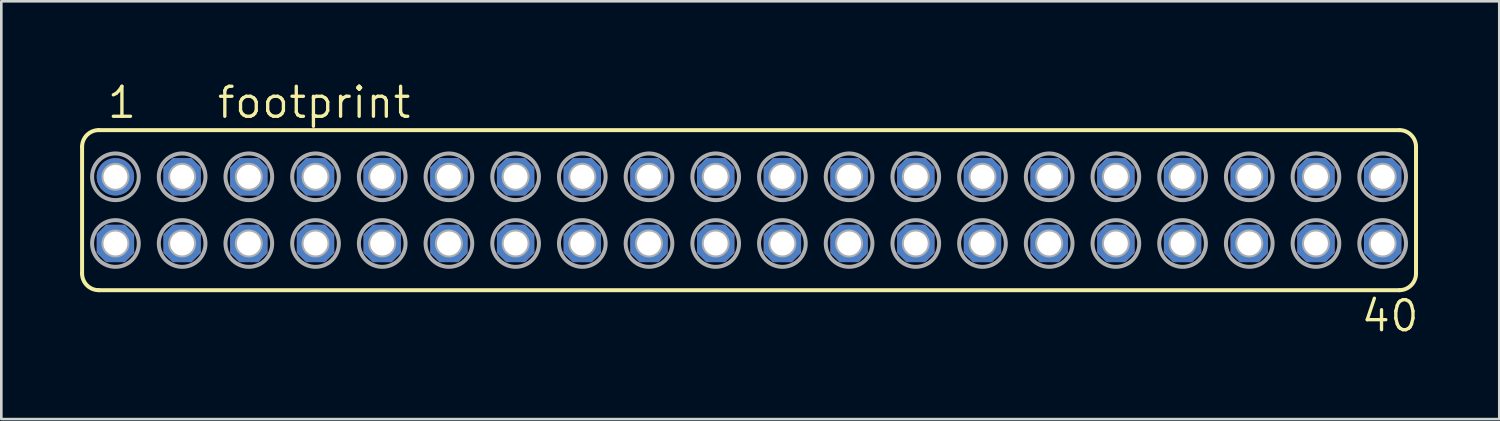
<source format=kicad_pcb>
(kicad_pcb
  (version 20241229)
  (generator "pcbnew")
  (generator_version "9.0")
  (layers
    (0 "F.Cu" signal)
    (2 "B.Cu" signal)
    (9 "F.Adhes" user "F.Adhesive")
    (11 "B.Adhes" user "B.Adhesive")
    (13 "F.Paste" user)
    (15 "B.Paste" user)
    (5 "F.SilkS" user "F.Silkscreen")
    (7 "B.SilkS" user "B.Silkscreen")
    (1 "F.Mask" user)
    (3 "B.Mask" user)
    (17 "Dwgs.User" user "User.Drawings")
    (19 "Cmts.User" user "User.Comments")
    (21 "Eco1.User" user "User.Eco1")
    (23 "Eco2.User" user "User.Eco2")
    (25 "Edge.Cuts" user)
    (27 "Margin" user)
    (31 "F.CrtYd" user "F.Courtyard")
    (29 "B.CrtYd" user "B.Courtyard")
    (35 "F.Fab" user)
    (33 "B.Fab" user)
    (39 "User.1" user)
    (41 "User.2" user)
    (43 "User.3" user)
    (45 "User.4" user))
  (footprint "footprint"
    (layer "F.Cu")
    (at 25.476 4.953)
    (property "Reference" "footprint" (at -20.32 -3.429 0) (layer "F.SilkS") (effects (font (size 1.143 1.143) (thickness 0.127)) (justify left bottom)))
    (fp_line (start -25.4 2.413) (end -25.4 -2.413) (stroke (width 0.152) (type solid)) (layer "F.SilkS"))
    (fp_line (start -24.765 -3.048) (end 24.765 -3.048) (stroke (width 0.152) (type solid)) (layer "F.SilkS"))
    (fp_line (start -24.765 3.048) (end 24.765 3.048) (stroke (width 0.152) (type solid)) (layer "F.SilkS"))
    (fp_line (start 25.4 2.413) (end 25.4 -2.413) (stroke (width 0.152) (type solid)) (layer "F.SilkS"))
    (fp_arc (start -25.4 -2.413) (mid -25.214013 -2.862013) (end -24.765 -3.048) (stroke (width 0.1524) (type solid)) (layer "F.SilkS"))
    (fp_arc (start -24.765 3.048) (mid -25.214013 2.862013) (end -25.4 2.413) (stroke (width 0.1524) (type solid)) (layer "F.SilkS"))
    (fp_arc (start 24.765 -3.048) (mid 25.214013 -2.862013) (end 25.4 -2.413) (stroke (width 0.1524) (type solid)) (layer "F.SilkS"))
    (fp_arc (start 25.4 2.413) (mid 25.214013 2.862013) (end 24.765 3.048) (stroke (width 0.1524) (type solid)) (layer "F.SilkS"))
    (fp_circle (center -24.13 -1.27) (end -24.003 -1.27) (stroke (width 0.406) (type solid)) (fill no) (layer "F.Fab"))
    (fp_circle (center -24.13 -1.27) (end -23.241 -1.27) (stroke (width 0.152) (type solid)) (fill no) (layer "F.Fab"))
    (fp_circle (center -24.13 1.27) (end -24.003 1.27) (stroke (width 0.406) (type solid)) (fill no) (layer "F.Fab"))
    (fp_circle (center -24.13 1.27) (end -23.241 1.27) (stroke (width 0.152) (type solid)) (fill no) (layer "F.Fab"))
    (fp_circle (center -21.59 -1.27) (end -21.463 -1.27) (stroke (width 0.406) (type solid)) (fill no) (layer "F.Fab"))
    (fp_circle (center -21.59 -1.27) (end -20.701 -1.27) (stroke (width 0.152) (type solid)) (fill no) (layer "F.Fab"))
    (fp_circle (center -21.59 1.27) (end -21.463 1.27) (stroke (width 0.406) (type solid)) (fill no) (layer "F.Fab"))
    (fp_circle (center -21.59 1.27) (end -20.701 1.27) (stroke (width 0.152) (type solid)) (fill no) (layer "F.Fab"))
    (fp_circle (center -19.05 -1.27) (end -18.923 -1.27) (stroke (width 0.406) (type solid)) (fill no) (layer "F.Fab"))
    (fp_circle (center -19.05 -1.27) (end -18.161 -1.27) (stroke (width 0.152) (type solid)) (fill no) (layer "F.Fab"))
    (fp_circle (center -19.05 1.27) (end -18.923 1.27) (stroke (width 0.406) (type solid)) (fill no) (layer "F.Fab"))
    (fp_circle (center -19.05 1.27) (end -18.161 1.27) (stroke (width 0.152) (type solid)) (fill no) (layer "F.Fab"))
    (fp_circle (center -16.51 -1.27) (end -16.383 -1.27) (stroke (width 0.406) (type solid)) (fill no) (layer "F.Fab"))
    (fp_circle (center -16.51 -1.27) (end -15.621 -1.27) (stroke (width 0.152) (type solid)) (fill no) (layer "F.Fab"))
    (fp_circle (center -16.51 1.27) (end -16.383 1.27) (stroke (width 0.406) (type solid)) (fill no) (layer "F.Fab"))
    (fp_circle (center -16.51 1.27) (end -15.621 1.27) (stroke (width 0.152) (type solid)) (fill no) (layer "F.Fab"))
    (fp_circle (center -13.97 -1.27) (end -13.843 -1.27) (stroke (width 0.406) (type solid)) (fill no) (layer "F.Fab"))
    (fp_circle (center -13.97 -1.27) (end -13.081 -1.27) (stroke (width 0.152) (type solid)) (fill no) (layer "F.Fab"))
    (fp_circle (center -13.97 1.27) (end -13.843 1.27) (stroke (width 0.406) (type solid)) (fill no) (layer "F.Fab"))
    (fp_circle (center -13.97 1.27) (end -13.081 1.27) (stroke (width 0.152) (type solid)) (fill no) (layer "F.Fab"))
    (fp_circle (center -11.43 -1.27) (end -11.303 -1.27) (stroke (width 0.406) (type solid)) (fill no) (layer "F.Fab"))
    (fp_circle (center -11.43 -1.27) (end -10.541 -1.27) (stroke (width 0.152) (type solid)) (fill no) (layer "F.Fab"))
    (fp_circle (center -11.43 1.27) (end -11.303 1.27) (stroke (width 0.406) (type solid)) (fill no) (layer "F.Fab"))
    (fp_circle (center -11.43 1.27) (end -10.541 1.27) (stroke (width 0.152) (type solid)) (fill no) (layer "F.Fab"))
    (fp_circle (center -8.89 -1.27) (end -8.763 -1.27) (stroke (width 0.406) (type solid)) (fill no) (layer "F.Fab"))
    (fp_circle (center -8.89 -1.27) (end -8.001 -1.27) (stroke (width 0.152) (type solid)) (fill no) (layer "F.Fab"))
    (fp_circle (center -8.89 1.27) (end -8.763 1.27) (stroke (width 0.406) (type solid)) (fill no) (layer "F.Fab"))
    (fp_circle (center -8.89 1.27) (end -8.001 1.27) (stroke (width 0.152) (type solid)) (fill no) (layer "F.Fab"))
    (fp_circle (center -6.35 -1.27) (end -6.223 -1.27) (stroke (width 0.406) (type solid)) (fill no) (layer "F.Fab"))
    (fp_circle (center -6.35 -1.27) (end -5.461 -1.27) (stroke (width 0.152) (type solid)) (fill no) (layer "F.Fab"))
    (fp_circle (center -6.35 1.27) (end -6.223 1.27) (stroke (width 0.406) (type solid)) (fill no) (layer "F.Fab"))
    (fp_circle (center -6.35 1.27) (end -5.461 1.27) (stroke (width 0.152) (type solid)) (fill no) (layer "F.Fab"))
    (fp_circle (center -3.81 -1.27) (end -3.683 -1.27) (stroke (width 0.406) (type solid)) (fill no) (layer "F.Fab"))
    (fp_circle (center -3.81 -1.27) (end -2.921 -1.27) (stroke (width 0.152) (type solid)) (fill no) (layer "F.Fab"))
    (fp_circle (center -3.81 1.27) (end -3.683 1.27) (stroke (width 0.406) (type solid)) (fill no) (layer "F.Fab"))
    (fp_circle (center -3.81 1.27) (end -2.921 1.27) (stroke (width 0.152) (type solid)) (fill no) (layer "F.Fab"))
    (fp_circle (center -1.27 -1.27) (end -1.143 -1.27) (stroke (width 0.406) (type solid)) (fill no) (layer "F.Fab"))
    (fp_circle (center -1.27 -1.27) (end -0.381 -1.27) (stroke (width 0.152) (type solid)) (fill no) (layer "F.Fab"))
    (fp_circle (center -1.27 1.27) (end -1.143 1.27) (stroke (width 0.406) (type solid)) (fill no) (layer "F.Fab"))
    (fp_circle (center -1.27 1.27) (end -0.381 1.27) (stroke (width 0.152) (type solid)) (fill no) (layer "F.Fab"))
    (fp_circle (center 1.27 -1.27) (end 1.397 -1.27) (stroke (width 0.406) (type solid)) (fill no) (layer "F.Fab"))
    (fp_circle (center 1.27 -1.27) (end 2.159 -1.27) (stroke (width 0.152) (type solid)) (fill no) (layer "F.Fab"))
    (fp_circle (center 1.27 1.27) (end 1.397 1.27) (stroke (width 0.406) (type solid)) (fill no) (layer "F.Fab"))
    (fp_circle (center 1.27 1.27) (end 2.159 1.27) (stroke (width 0.152) (type solid)) (fill no) (layer "F.Fab"))
    (fp_circle (center 3.81 -1.27) (end 3.937 -1.27) (stroke (width 0.406) (type solid)) (fill no) (layer "F.Fab"))
    (fp_circle (center 3.81 -1.27) (end 4.699 -1.27) (stroke (width 0.152) (type solid)) (fill no) (layer "F.Fab"))
    (fp_circle (center 3.81 1.27) (end 3.937 1.27) (stroke (width 0.406) (type solid)) (fill no) (layer "F.Fab"))
    (fp_circle (center 3.81 1.27) (end 4.699 1.27) (stroke (width 0.152) (type solid)) (fill no) (layer "F.Fab"))
    (fp_circle (center 6.35 -1.27) (end 6.477 -1.27) (stroke (width 0.406) (type solid)) (fill no) (layer "F.Fab"))
    (fp_circle (center 6.35 -1.27) (end 7.239 -1.27) (stroke (width 0.152) (type solid)) (fill no) (layer "F.Fab"))
    (fp_circle (center 6.35 1.27) (end 6.477 1.27) (stroke (width 0.406) (type solid)) (fill no) (layer "F.Fab"))
    (fp_circle (center 6.35 1.27) (end 7.239 1.27) (stroke (width 0.152) (type solid)) (fill no) (layer "F.Fab"))
    (fp_circle (center 8.89 -1.27) (end 9.017 -1.27) (stroke (width 0.406) (type solid)) (fill no) (layer "F.Fab"))
    (fp_circle (center 8.89 -1.27) (end 9.779 -1.27) (stroke (width 0.152) (type solid)) (fill no) (layer "F.Fab"))
    (fp_circle (center 8.89 1.27) (end 9.017 1.27) (stroke (width 0.406) (type solid)) (fill no) (layer "F.Fab"))
    (fp_circle (center 8.89 1.27) (end 9.779 1.27) (stroke (width 0.152) (type solid)) (fill no) (layer "F.Fab"))
    (fp_circle (center 11.43 -1.27) (end 11.557 -1.27) (stroke (width 0.406) (type solid)) (fill no) (layer "F.Fab"))
    (fp_circle (center 11.43 -1.27) (end 12.319 -1.27) (stroke (width 0.152) (type solid)) (fill no) (layer "F.Fab"))
    (fp_circle (center 11.43 1.27) (end 11.557 1.27) (stroke (width 0.406) (type solid)) (fill no) (layer "F.Fab"))
    (fp_circle (center 11.43 1.27) (end 12.319 1.27) (stroke (width 0.152) (type solid)) (fill no) (layer "F.Fab"))
    (fp_circle (center 13.97 -1.27) (end 14.097 -1.27) (stroke (width 0.406) (type solid)) (fill no) (layer "F.Fab"))
    (fp_circle (center 13.97 -1.27) (end 14.859 -1.27) (stroke (width 0.152) (type solid)) (fill no) (layer "F.Fab"))
    (fp_circle (center 13.97 1.27) (end 14.097 1.27) (stroke (width 0.406) (type solid)) (fill no) (layer "F.Fab"))
    (fp_circle (center 13.97 1.27) (end 14.859 1.27) (stroke (width 0.152) (type solid)) (fill no) (layer "F.Fab"))
    (fp_circle (center 16.51 -1.27) (end 16.637 -1.27) (stroke (width 0.406) (type solid)) (fill no) (layer "F.Fab"))
    (fp_circle (center 16.51 -1.27) (end 17.399 -1.27) (stroke (width 0.152) (type solid)) (fill no) (layer "F.Fab"))
    (fp_circle (center 16.51 1.27) (end 16.637 1.27) (stroke (width 0.406) (type solid)) (fill no) (layer "F.Fab"))
    (fp_circle (center 16.51 1.27) (end 17.399 1.27) (stroke (width 0.152) (type solid)) (fill no) (layer "F.Fab"))
    (fp_circle (center 19.05 -1.27) (end 19.177 -1.27) (stroke (width 0.406) (type solid)) (fill no) (layer "F.Fab"))
    (fp_circle (center 19.05 -1.27) (end 19.939 -1.27) (stroke (width 0.152) (type solid)) (fill no) (layer "F.Fab"))
    (fp_circle (center 19.05 1.27) (end 19.177 1.27) (stroke (width 0.406) (type solid)) (fill no) (layer "F.Fab"))
    (fp_circle (center 19.05 1.27) (end 19.939 1.27) (stroke (width 0.152) (type solid)) (fill no) (layer "F.Fab"))
    (fp_circle (center 21.59 -1.27) (end 21.717 -1.27) (stroke (width 0.406) (type solid)) (fill no) (layer "F.Fab"))
    (fp_circle (center 21.59 -1.27) (end 22.479 -1.27) (stroke (width 0.152) (type solid)) (fill no) (layer "F.Fab"))
    (fp_circle (center 21.59 1.27) (end 21.717 1.27) (stroke (width 0.406) (type solid)) (fill no) (layer "F.Fab"))
    (fp_circle (center 21.59 1.27) (end 22.479 1.27) (stroke (width 0.152) (type solid)) (fill no) (layer "F.Fab"))
    (fp_circle (center 24.13 -1.27) (end 24.257 -1.27) (stroke (width 0.406) (type solid)) (fill no) (layer "F.Fab"))
    (fp_circle (center 24.13 -1.27) (end 25.019 -1.27) (stroke (width 0.152) (type solid)) (fill no) (layer "F.Fab"))
    (fp_circle (center 24.13 1.27) (end 24.257 1.27) (stroke (width 0.406) (type solid)) (fill no) (layer "F.Fab"))
    (fp_circle (center 24.13 1.27) (end 25.019 1.27) (stroke (width 0.152) (type solid)) (fill no) (layer "F.Fab"))
    (fp_text user "1" (at -24.511 -3.429 0) (layer "F.SilkS") (effects (font (size 1.143 1.143) (thickness 0.127)) (justify left bottom)))
    (fp_text user "40" (at 23.241 4.699 0) (layer "F.SilkS") (effects (font (size 1.143 1.143) (thickness 0.127)) (justify left bottom)))
    (pad "1" thru_hole circle (at -24.13 -1.27) (size 1.422 1.422) (drill 0.914) (layers "*.Cu" "*.Mask"))
    (pad "2" thru_hole roundrect (at -24.13 1.27) (size 1.422 1.422) (drill 0.914) (layers "*.Cu" "*.Mask") (roundrect_rratio 0.25) (chamfer_ratio 0.25) (chamfer top_left top_right bottom_left bottom_right))
    (pad "3" thru_hole roundrect (at -21.59 -1.27) (size 1.422 1.422) (drill 0.914) (layers "*.Cu" "*.Mask") (roundrect_rratio 0.25) (chamfer_ratio 0.25) (chamfer top_left top_right bottom_left bottom_right))
    (pad "4" thru_hole roundrect (at -21.59 1.27) (size 1.422 1.422) (drill 0.914) (layers "*.Cu" "*.Mask") (roundrect_rratio 0.25) (chamfer_ratio 0.25) (chamfer top_left top_right bottom_left bottom_right))
    (pad "5" thru_hole roundrect (at -19.05 -1.27) (size 1.422 1.422) (drill 0.914) (layers "*.Cu" "*.Mask") (roundrect_rratio 0.25) (chamfer_ratio 0.25) (chamfer top_left top_right bottom_left bottom_right))
    (pad "6" thru_hole roundrect (at -19.05 1.27) (size 1.422 1.422) (drill 0.914) (layers "*.Cu" "*.Mask") (roundrect_rratio 0.25) (chamfer_ratio 0.25) (chamfer top_left top_right bottom_left bottom_right))
    (pad "7" thru_hole roundrect (at -16.51 -1.27) (size 1.422 1.422) (drill 0.914) (layers "*.Cu" "*.Mask") (roundrect_rratio 0.25) (chamfer_ratio 0.25) (chamfer top_left top_right bottom_left bottom_right))
    (pad "8" thru_hole roundrect (at -16.51 1.27) (size 1.422 1.422) (drill 0.914) (layers "*.Cu" "*.Mask") (roundrect_rratio 0.25) (chamfer_ratio 0.25) (chamfer top_left top_right bottom_left bottom_right))
    (pad "9" thru_hole roundrect (at -13.97 -1.27) (size 1.422 1.422) (drill 0.914) (layers "*.Cu" "*.Mask") (roundrect_rratio 0.25) (chamfer_ratio 0.25) (chamfer top_left top_right bottom_left bottom_right))
    (pad "10" thru_hole roundrect (at -13.97 1.27) (size 1.422 1.422) (drill 0.914) (layers "*.Cu" "*.Mask") (roundrect_rratio 0.25) (chamfer_ratio 0.25) (chamfer top_left top_right bottom_left bottom_right))
    (pad "11" thru_hole roundrect (at -11.43 -1.27) (size 1.422 1.422) (drill 0.914) (layers "*.Cu" "*.Mask") (roundrect_rratio 0.25) (chamfer_ratio 0.25) (chamfer top_left top_right bottom_left bottom_right))
    (pad "12" thru_hole roundrect (at -11.43 1.27) (size 1.422 1.422) (drill 0.914) (layers "*.Cu" "*.Mask") (roundrect_rratio 0.25) (chamfer_ratio 0.25) (chamfer top_left top_right bottom_left bottom_right))
    (pad "13" thru_hole roundrect (at -8.89 -1.27) (size 1.422 1.422) (drill 0.914) (layers "*.Cu" "*.Mask") (roundrect_rratio 0.25) (chamfer_ratio 0.25) (chamfer top_left top_right bottom_left bottom_right))
    (pad "14" thru_hole roundrect (at -8.89 1.27) (size 1.422 1.422) (drill 0.914) (layers "*.Cu" "*.Mask") (roundrect_rratio 0.25) (chamfer_ratio 0.25) (chamfer top_left top_right bottom_left bottom_right))
    (pad "15" thru_hole roundrect (at -6.35 -1.27) (size 1.422 1.422) (drill 0.914) (layers "*.Cu" "*.Mask") (roundrect_rratio 0.25) (chamfer_ratio 0.25) (chamfer top_left top_right bottom_left bottom_right))
    (pad "16" thru_hole roundrect (at -6.35 1.27) (size 1.422 1.422) (drill 0.914) (layers "*.Cu" "*.Mask") (roundrect_rratio 0.25) (chamfer_ratio 0.25) (chamfer top_left top_right bottom_left bottom_right))
    (pad "17" thru_hole roundrect (at -3.81 -1.27) (size 1.422 1.422) (drill 0.914) (layers "*.Cu" "*.Mask") (roundrect_rratio 0.25) (chamfer_ratio 0.25) (chamfer top_left top_right bottom_left bottom_right))
    (pad "18" thru_hole roundrect (at -3.81 1.27) (size 1.422 1.422) (drill 0.914) (layers "*.Cu" "*.Mask") (roundrect_rratio 0.25) (chamfer_ratio 0.25) (chamfer top_left top_right bottom_left bottom_right))
    (pad "19" thru_hole roundrect (at -1.27 -1.27) (size 1.422 1.422) (drill 0.914) (layers "*.Cu" "*.Mask") (roundrect_rratio 0.25) (chamfer_ratio 0.25) (chamfer top_left top_right bottom_left bottom_right))
    (pad "20" thru_hole roundrect (at -1.27 1.27) (size 1.422 1.422) (drill 0.914) (layers "*.Cu" "*.Mask") (roundrect_rratio 0.25) (chamfer_ratio 0.25) (chamfer top_left top_right bottom_left bottom_right))
    (pad "21" thru_hole roundrect (at 1.27 -1.27) (size 1.422 1.422) (drill 0.914) (layers "*.Cu" "*.Mask") (roundrect_rratio 0.25) (chamfer_ratio 0.25) (chamfer top_left top_right bottom_left bottom_right))
    (pad "22" thru_hole roundrect (at 1.27 1.27) (size 1.422 1.422) (drill 0.914) (layers "*.Cu" "*.Mask") (roundrect_rratio 0.25) (chamfer_ratio 0.25) (chamfer top_left top_right bottom_left bottom_right))
    (pad "23" thru_hole roundrect (at 3.81 -1.27) (size 1.422 1.422) (drill 0.914) (layers "*.Cu" "*.Mask") (roundrect_rratio 0.25) (chamfer_ratio 0.25) (chamfer top_left top_right bottom_left bottom_right))
    (pad "24" thru_hole roundrect (at 3.81 1.27) (size 1.422 1.422) (drill 0.914) (layers "*.Cu" "*.Mask") (roundrect_rratio 0.25) (chamfer_ratio 0.25) (chamfer top_left top_right bottom_left bottom_right))
    (pad "25" thru_hole roundrect (at 6.35 -1.27) (size 1.422 1.422) (drill 0.914) (layers "*.Cu" "*.Mask") (roundrect_rratio 0.25) (chamfer_ratio 0.25) (chamfer top_left top_right bottom_left bottom_right))
    (pad "26" thru_hole roundrect (at 6.35 1.27) (size 1.422 1.422) (drill 0.914) (layers "*.Cu" "*.Mask") (roundrect_rratio 0.25) (chamfer_ratio 0.25) (chamfer top_left top_right bottom_left bottom_right))
    (pad "27" thru_hole roundrect (at 8.89 -1.27) (size 1.422 1.422) (drill 0.914) (layers "*.Cu" "*.Mask") (roundrect_rratio 0.25) (chamfer_ratio 0.25) (chamfer top_left top_right bottom_left bottom_right))
    (pad "28" thru_hole roundrect (at 8.89 1.27) (size 1.422 1.422) (drill 0.914) (layers "*.Cu" "*.Mask") (roundrect_rratio 0.25) (chamfer_ratio 0.25) (chamfer top_left top_right bottom_left bottom_right))
    (pad "29" thru_hole roundrect (at 11.43 -1.27) (size 1.422 1.422) (drill 0.914) (layers "*.Cu" "*.Mask") (roundrect_rratio 0.25) (chamfer_ratio 0.25) (chamfer top_left top_right bottom_left bottom_right))
    (pad "30" thru_hole roundrect (at 11.43 1.27) (size 1.422 1.422) (drill 0.914) (layers "*.Cu" "*.Mask") (roundrect_rratio 0.25) (chamfer_ratio 0.25) (chamfer top_left top_right bottom_left bottom_right))
    (pad "31" thru_hole roundrect (at 13.97 -1.27) (size 1.422 1.422) (drill 0.914) (layers "*.Cu" "*.Mask") (roundrect_rratio 0.25) (chamfer_ratio 0.25) (chamfer top_left top_right bottom_left bottom_right))
    (pad "32" thru_hole roundrect (at 13.97 1.27) (size 1.422 1.422) (drill 0.914) (layers "*.Cu" "*.Mask") (roundrect_rratio 0.25) (chamfer_ratio 0.25) (chamfer top_left top_right bottom_left bottom_right))
    (pad "33" thru_hole roundrect (at 16.51 -1.27) (size 1.422 1.422) (drill 0.914) (layers "*.Cu" "*.Mask") (roundrect_rratio 0.25) (chamfer_ratio 0.25) (chamfer top_left top_right bottom_left bottom_right))
    (pad "34" thru_hole roundrect (at 16.51 1.27) (size 1.422 1.422) (drill 0.914) (layers "*.Cu" "*.Mask") (roundrect_rratio 0.25) (chamfer_ratio 0.25) (chamfer top_left top_right bottom_left bottom_right))
    (pad "35" thru_hole roundrect (at 19.05 -1.27) (size 1.422 1.422) (drill 0.914) (layers "*.Cu" "*.Mask") (roundrect_rratio 0.25) (chamfer_ratio 0.25) (chamfer top_left top_right bottom_left bottom_right))
    (pad "36" thru_hole roundrect (at 19.05 1.27) (size 1.422 1.422) (drill 0.914) (layers "*.Cu" "*.Mask") (roundrect_rratio 0.25) (chamfer_ratio 0.25) (chamfer top_left top_right bottom_left bottom_right))
    (pad "37" thru_hole roundrect (at 21.59 -1.27) (size 1.422 1.422) (drill 0.914) (layers "*.Cu" "*.Mask") (roundrect_rratio 0.25) (chamfer_ratio 0.25) (chamfer top_left top_right bottom_left bottom_right))
    (pad "38" thru_hole roundrect (at 21.59 1.27) (size 1.422 1.422) (drill 0.914) (layers "*.Cu" "*.Mask") (roundrect_rratio 0.25) (chamfer_ratio 0.25) (chamfer top_left top_right bottom_left bottom_right))
    (pad "39" thru_hole roundrect (at 24.13 -1.27) (size 1.422 1.422) (drill 0.914) (layers "*.Cu" "*.Mask") (roundrect_rratio 0.25) (chamfer_ratio 0.25) (chamfer top_left top_right bottom_left bottom_right))
    (pad "40" thru_hole roundrect (at 24.13 1.27) (size 1.422 1.422) (drill 0.914) (layers "*.Cu" "*.Mask") (roundrect_rratio 0.25) (chamfer_ratio 0.25) (chamfer top_left top_right bottom_left bottom_right)))
  (gr_rect
    (start -3 -3)
    (end 54.047 12.911)
    (stroke (width 0.1) (type default))
    (fill no)
    (layer "Edge.Cuts")))
</source>
